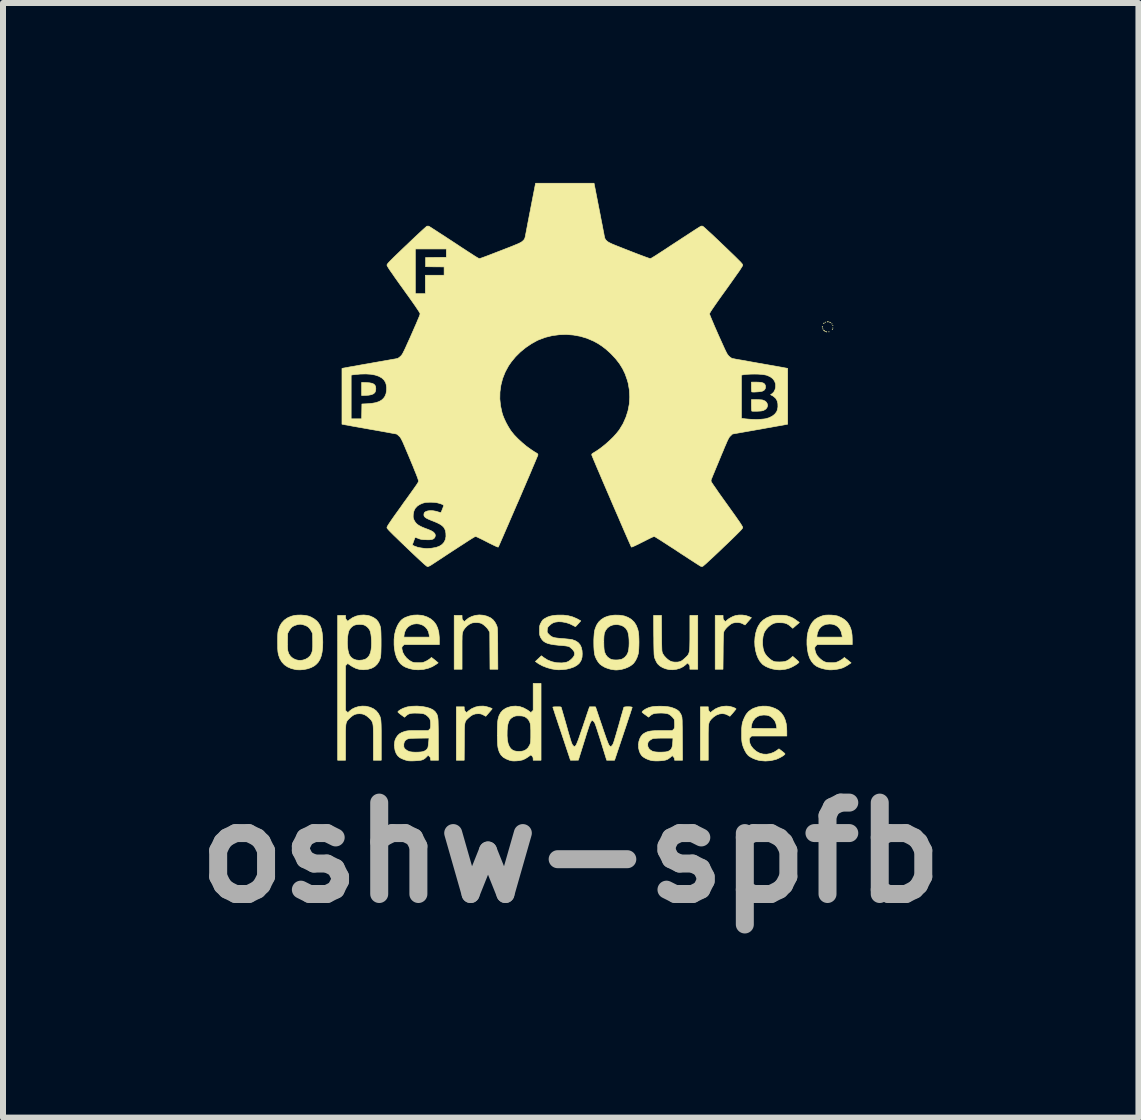
<source format=kicad_pcb>
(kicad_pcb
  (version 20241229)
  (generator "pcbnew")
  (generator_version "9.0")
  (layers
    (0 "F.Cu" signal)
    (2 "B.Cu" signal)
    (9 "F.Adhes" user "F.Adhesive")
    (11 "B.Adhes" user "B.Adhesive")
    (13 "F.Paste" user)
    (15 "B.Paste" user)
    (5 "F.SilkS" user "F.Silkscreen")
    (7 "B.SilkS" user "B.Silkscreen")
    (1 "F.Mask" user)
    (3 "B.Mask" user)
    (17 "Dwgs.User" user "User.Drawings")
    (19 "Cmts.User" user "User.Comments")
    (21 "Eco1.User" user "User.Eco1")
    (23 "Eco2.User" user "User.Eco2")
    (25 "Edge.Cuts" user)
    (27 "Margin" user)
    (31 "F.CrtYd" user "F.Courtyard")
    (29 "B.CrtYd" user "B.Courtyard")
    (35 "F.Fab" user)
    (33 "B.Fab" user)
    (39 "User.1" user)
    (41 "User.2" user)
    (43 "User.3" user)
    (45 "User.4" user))
  (footprint "oshw-spfb"
    (layer "F.Cu")
    (at 6.466 4.817)
    (property "Reference" "oshw-spfb" (at 0 6.35 0) (layer "F.Fab") (effects (font (size 1.524 1.524) (thickness 0.3))))
    (attr through_hole)
    (fp_poly (pts (xy 4.207 -2.383) (xy 4.203 -2.38) (xy 4.199 -2.383) (xy 4.203 -2.387) (xy 4.207 -2.383)) (stroke (width 0.01) (type solid)) (fill yes) (layer "F.SilkS"))
    (fp_poly (pts (xy 4.25 -2.495) (xy 4.247 -2.491) (xy 4.243 -2.495) (xy 4.247 -2.498) (xy 4.25 -2.495)) (stroke (width 0.01) (type solid)) (fill yes) (layer "F.SilkS"))
    (fp_poly (pts (xy 4.25 -2.342) (xy 4.247 -2.338) (xy 4.243 -2.342) (xy 4.247 -2.345) (xy 4.25 -2.342)) (stroke (width 0.01) (type solid)) (fill yes) (layer "F.SilkS"))
    (fp_poly (pts (xy 4.309 -2.335) (xy 4.305 -2.331) (xy 4.301 -2.335) (xy 4.305 -2.338) (xy 4.309 -2.335)) (stroke (width 0.01) (type solid)) (fill yes) (layer "F.SilkS"))
    (fp_poly (pts (xy 4.323 -2.495) (xy 4.319 -2.491) (xy 4.316 -2.495) (xy 4.319 -2.498) (xy 4.323 -2.495)) (stroke (width 0.01) (type solid)) (fill yes) (layer "F.SilkS"))
    (fp_poly (pts (xy 4.338 -2.488) (xy 4.334 -2.484) (xy 4.33 -2.488) (xy 4.334 -2.491) (xy 4.338 -2.488)) (stroke (width 0.01) (type solid)) (fill yes) (layer "F.SilkS"))
    (fp_poly (pts (xy 4.359 -2.467) (xy 4.356 -2.463) (xy 4.352 -2.467) (xy 4.356 -2.47) (xy 4.359 -2.467)) (stroke (width 0.01) (type solid)) (fill yes) (layer "F.SilkS"))
    (fp_poly (pts (xy 4.367 -2.376) (xy 4.363 -2.373) (xy 4.359 -2.376) (xy 4.363 -2.38) (xy 4.367 -2.376)) (stroke (width 0.01) (type solid)) (fill yes) (layer "F.SilkS"))
    (fp_poly (pts (xy 4.374 -2.439) (xy 4.37 -2.436) (xy 4.367 -2.439) (xy 4.37 -2.443) (xy 4.374 -2.439)) (stroke (width 0.01) (type solid)) (fill yes) (layer "F.SilkS"))
    (fp_poly (pts (xy 4.374 -2.397) (xy 4.37 -2.394) (xy 4.367 -2.397) (xy 4.37 -2.401) (xy 4.374 -2.397)) (stroke (width 0.01) (type solid)) (fill yes) (layer "F.SilkS"))
    (fp_poly (pts (xy 4.197 -2.423) (xy 4.198 -2.412) (xy 4.196 -2.41) (xy 4.193 -2.412) (xy 4.193 -2.419) (xy 4.194 -2.426) (xy 4.197 -2.423)) (stroke (width 0.01) (type solid)) (fill yes) (layer "F.SilkS"))
    (fp_poly (pts (xy 4.27 -2.336) (xy 4.269 -2.332) (xy 4.265 -2.331) (xy 4.259 -2.334) (xy 4.26 -2.336) (xy 4.269 -2.337) (xy 4.27 -2.336)) (stroke (width 0.01) (type solid)) (fill yes) (layer "F.SilkS"))
    (fp_poly (pts (xy 4.296 -2.503) (xy 4.297 -2.5) (xy 4.287 -2.499) (xy 4.276 -2.5) (xy 4.278 -2.503) (xy 4.293 -2.504) (xy 4.296 -2.503)) (stroke (width 0.01) (type solid)) (fill yes) (layer "F.SilkS"))
    (fp_poly (pts (xy 4.218 -2.364) (xy 4.223 -2.36) (xy 4.234 -2.35) (xy 4.234 -2.345) (xy 4.233 -2.345) (xy 4.227 -2.35) (xy 4.22 -2.357) (xy 4.214 -2.366) (xy 4.218 -2.364)) (stroke (width 0.01) (type solid)) (fill yes) (layer "F.SilkS"))
    (fp_poly (pts (xy 4.226 -2.48) (xy 4.225 -2.477) (xy 4.218 -2.471) (xy 4.217 -2.47) (xy 4.216 -2.475) (xy 4.218 -2.477) (xy 4.224 -2.484) (xy 4.226 -2.484) (xy 4.226 -2.48)) (stroke (width 0.01) (type solid)) (fill yes) (layer "F.SilkS"))
    (fp_poly (pts (xy -3.408 -1.488) (xy -3.354 -1.484) (xy -3.313 -1.476) (xy -3.284 -1.463) (xy -3.264 -1.444) (xy -3.253 -1.418) (xy -3.25 -1.384) (xy -3.25 -1.384) (xy -3.254 -1.349) (xy -3.266 -1.321) (xy -3.289 -1.301) (xy -3.322 -1.287) (xy -3.367 -1.278) (xy -3.411 -1.275) (xy -3.486 -1.272) (xy -3.486 -1.491) (xy -3.408 -1.488)) (stroke (width 0.01) (type solid)) (fill yes) (layer "F.SilkS"))
    (fp_poly (pts (xy 3.088 -1.496) (xy 3.142 -1.494) (xy 3.184 -1.489) (xy 3.214 -1.479) (xy 3.234 -1.463) (xy 3.245 -1.442) (xy 3.248 -1.416) (xy 3.243 -1.386) (xy 3.227 -1.363) (xy 3.199 -1.346) (xy 3.198 -1.346) (xy 3.182 -1.342) (xy 3.157 -1.338) (xy 3.126 -1.334) (xy 3.094 -1.332) (xy 3.064 -1.33) (xy 3.039 -1.33) (xy 3.022 -1.332) (xy 3.019 -1.333) (xy 3.016 -1.342) (xy 3.015 -1.361) (xy 3.013 -1.389) (xy 3.013 -1.417) (xy 3.013 -1.496) (xy 3.088 -1.496)) (stroke (width 0.01) (type solid)) (fill yes) (layer "F.SilkS"))
    (fp_poly (pts (xy 3.095 -1.204) (xy 3.131 -1.203) (xy 3.165 -1.201) (xy 3.192 -1.199) (xy 3.204 -1.196) (xy 3.239 -1.181) (xy 3.264 -1.159) (xy 3.278 -1.132) (xy 3.282 -1.103) (xy 3.274 -1.075) (xy 3.256 -1.049) (xy 3.225 -1.029) (xy 3.207 -1.021) (xy 3.186 -1.016) (xy 3.159 -1.013) (xy 3.123 -1.011) (xy 3.108 -1.01) (xy 3.074 -1.01) (xy 3.046 -1.01) (xy 3.026 -1.011) (xy 3.019 -1.013) (xy 3.017 -1.022) (xy 3.015 -1.041) (xy 3.014 -1.069) (xy 3.013 -1.103) (xy 3.013 -1.111) (xy 3.013 -1.204) (xy 3.095 -1.204)) (stroke (width 0.01) (type solid)) (fill yes) (layer "F.SilkS"))
    (fp_poly (pts (xy 2.636 3.909) (xy 2.666 3.915) (xy 2.696 3.923) (xy 2.723 3.933) (xy 2.743 3.942) (xy 2.755 3.951) (xy 2.757 3.954) (xy 2.751 3.962) (xy 2.738 3.978) (xy 2.72 4) (xy 2.704 4.019) (xy 2.654 4.076) (xy 2.626 4.06) (xy 2.579 4.039) (xy 2.53 4.031) (xy 2.48 4.037) (xy 2.431 4.055) (xy 2.384 4.086) (xy 2.358 4.11) (xy 2.343 4.125) (xy 2.331 4.139) (xy 2.321 4.153) (xy 2.312 4.168) (xy 2.306 4.186) (xy 2.301 4.207) (xy 2.298 4.234) (xy 2.295 4.268) (xy 2.294 4.309) (xy 2.293 4.36) (xy 2.293 4.422) (xy 2.293 4.496) (xy 2.293 4.518) (xy 2.293 4.809) (xy 2.162 4.809) (xy 2.162 3.918) (xy 2.293 3.918) (xy 2.293 3.947) (xy 2.296 3.972) (xy 2.308 3.991) (xy 2.312 3.996) (xy 2.331 4.015) (xy 2.363 3.987) (xy 2.412 3.953) (xy 2.469 3.927) (xy 2.531 3.911) (xy 2.593 3.906) (xy 2.636 3.909)) (stroke (width 0.01) (type solid)) (fill yes) (layer "F.SilkS"))
    (fp_poly (pts (xy -1.429 3.91) (xy -1.402 3.916) (xy -1.374 3.924) (xy -1.347 3.933) (xy -1.325 3.941) (xy -1.312 3.948) (xy -1.31 3.951) (xy -1.314 3.957) (xy -1.326 3.972) (xy -1.344 3.993) (xy -1.363 4.015) (xy -1.416 4.076) (xy -1.455 4.055) (xy -1.482 4.042) (xy -1.506 4.035) (xy -1.536 4.033) (xy -1.542 4.033) (xy -1.588 4.036) (xy -1.628 4.048) (xy -1.665 4.07) (xy -1.698 4.098) (xy -1.715 4.113) (xy -1.729 4.127) (xy -1.741 4.139) (xy -1.75 4.152) (xy -1.757 4.167) (xy -1.763 4.186) (xy -1.767 4.209) (xy -1.77 4.237) (xy -1.772 4.274) (xy -1.773 4.319) (xy -1.773 4.374) (xy -1.774 4.441) (xy -1.774 4.501) (xy -1.776 4.809) (xy -1.907 4.809) (xy -1.907 3.918) (xy -1.776 3.918) (xy -1.776 3.947) (xy -1.772 3.972) (xy -1.76 3.992) (xy -1.757 3.995) (xy -1.737 4.015) (xy -1.702 3.984) (xy -1.649 3.948) (xy -1.589 3.922) (xy -1.525 3.908) (xy -1.459 3.906) (xy -1.429 3.91)) (stroke (width 0.01) (type solid)) (fill yes) (layer "F.SilkS"))
    (fp_poly (pts (xy 2.919 2.396) (xy 2.967 2.412) (xy 3.013 2.432) (xy 2.961 2.491) (xy 2.94 2.515) (xy 2.923 2.535) (xy 2.911 2.548) (xy 2.907 2.553) (xy 2.901 2.551) (xy 2.886 2.543) (xy 2.874 2.536) (xy 2.837 2.52) (xy 2.794 2.513) (xy 2.747 2.513) (xy 2.703 2.522) (xy 2.7 2.523) (xy 2.672 2.537) (xy 2.642 2.56) (xy 2.611 2.588) (xy 2.583 2.618) (xy 2.563 2.646) (xy 2.555 2.662) (xy 2.552 2.671) (xy 2.55 2.686) (xy 2.548 2.706) (xy 2.546 2.734) (xy 2.545 2.77) (xy 2.544 2.815) (xy 2.543 2.872) (xy 2.542 2.94) (xy 2.542 2.991) (xy 2.539 3.292) (xy 2.409 3.292) (xy 2.409 2.394) (xy 2.54 2.394) (xy 2.54 2.427) (xy 2.542 2.451) (xy 2.549 2.467) (xy 2.56 2.48) (xy 2.581 2.498) (xy 2.599 2.48) (xy 2.628 2.455) (xy 2.666 2.432) (xy 2.707 2.411) (xy 2.747 2.397) (xy 2.747 2.397) (xy 2.803 2.388) (xy 2.862 2.388) (xy 2.919 2.396)) (stroke (width 0.01) (type solid)) (fill yes) (layer "F.SilkS"))
    (fp_poly (pts (xy -1.461 2.391) (xy -1.399 2.406) (xy -1.341 2.432) (xy -1.33 2.439) (xy -1.294 2.468) (xy -1.264 2.506) (xy -1.238 2.554) (xy -1.236 2.56) (xy -1.232 2.569) (xy -1.229 2.578) (xy -1.226 2.588) (xy -1.224 2.601) (xy -1.222 2.617) (xy -1.221 2.638) (xy -1.22 2.665) (xy -1.219 2.7) (xy -1.218 2.744) (xy -1.218 2.797) (xy -1.217 2.862) (xy -1.217 2.94) (xy -1.217 2.945) (xy -1.215 3.292) (xy -1.346 3.292) (xy -1.348 2.984) (xy -1.35 2.676) (xy -1.369 2.641) (xy -1.39 2.61) (xy -1.42 2.579) (xy -1.452 2.551) (xy -1.483 2.53) (xy -1.485 2.529) (xy -1.516 2.519) (xy -1.555 2.514) (xy -1.597 2.514) (xy -1.636 2.518) (xy -1.652 2.523) (xy -1.688 2.54) (xy -1.725 2.567) (xy -1.758 2.6) (xy -1.785 2.636) (xy -1.797 2.66) (xy -1.8 2.671) (xy -1.803 2.681) (xy -1.806 2.693) (xy -1.808 2.707) (xy -1.81 2.726) (xy -1.811 2.75) (xy -1.811 2.782) (xy -1.812 2.822) (xy -1.812 2.872) (xy -1.812 2.933) (xy -1.812 2.996) (xy -1.812 3.292) (xy -1.943 3.292) (xy -1.943 2.394) (xy -1.812 2.394) (xy -1.812 2.427) (xy -1.81 2.451) (xy -1.804 2.467) (xy -1.792 2.48) (xy -1.771 2.498) (xy -1.75 2.476) (xy -1.703 2.438) (xy -1.648 2.411) (xy -1.588 2.393) (xy -1.525 2.386) (xy -1.461 2.391)) (stroke (width 0.01) (type solid)) (fill yes) (layer "F.SilkS"))
    (fp_poly (pts (xy 1.515 2.695) (xy 1.516 2.767) (xy 1.516 2.827) (xy 1.517 2.876) (xy 1.518 2.915) (xy 1.519 2.946) (xy 1.52 2.97) (xy 1.521 2.987) (xy 1.524 3.001) (xy 1.526 3.011) (xy 1.529 3.02) (xy 1.533 3.029) (xy 1.534 3.031) (xy 1.555 3.064) (xy 1.586 3.099) (xy 1.62 3.13) (xy 1.655 3.153) (xy 1.663 3.157) (xy 1.698 3.169) (xy 1.736 3.173) (xy 1.746 3.173) (xy 1.785 3.172) (xy 1.816 3.166) (xy 1.844 3.155) (xy 1.871 3.136) (xy 1.903 3.108) (xy 1.907 3.104) (xy 1.925 3.087) (xy 1.94 3.072) (xy 1.953 3.057) (xy 1.963 3.041) (xy 1.97 3.024) (xy 1.976 3.002) (xy 1.981 2.976) (xy 1.984 2.943) (xy 1.985 2.903) (xy 1.986 2.853) (xy 1.987 2.793) (xy 1.987 2.721) (xy 1.987 2.68) (xy 1.987 2.394) (xy 2.118 2.394) (xy 2.118 3.292) (xy 1.987 3.292) (xy 1.987 3.258) (xy 1.985 3.235) (xy 1.978 3.219) (xy 1.966 3.206) (xy 1.946 3.187) (xy 1.917 3.216) (xy 1.874 3.249) (xy 1.822 3.275) (xy 1.763 3.292) (xy 1.702 3.3) (xy 1.644 3.298) (xy 1.586 3.285) (xy 1.532 3.264) (xy 1.486 3.236) (xy 1.45 3.202) (xy 1.44 3.188) (xy 1.426 3.163) (xy 1.412 3.133) (xy 1.403 3.111) (xy 1.399 3.1) (xy 1.396 3.089) (xy 1.394 3.076) (xy 1.392 3.062) (xy 1.39 3.043) (xy 1.389 3.018) (xy 1.388 2.987) (xy 1.387 2.948) (xy 1.386 2.9) (xy 1.385 2.841) (xy 1.385 2.771) (xy 1.384 2.73) (xy 1.382 2.394) (xy 1.513 2.394) (xy 1.515 2.695)) (stroke (width 0.01) (type solid)) (fill yes) (layer "F.SilkS"))
    (fp_poly (pts (xy -2.483 2.393) (xy -2.463 2.397) (xy -2.394 2.42) (xy -2.335 2.452) (xy -2.286 2.493) (xy -2.247 2.544) (xy -2.219 2.604) (xy -2.2 2.674) (xy -2.192 2.755) (xy -2.191 2.792) (xy -2.191 2.881) (xy -2.777 2.881) (xy -2.798 2.901) (xy -2.81 2.914) (xy -2.815 2.926) (xy -2.815 2.942) (xy -2.813 2.96) (xy -2.8 3.011) (xy -2.774 3.059) (xy -2.738 3.104) (xy -2.694 3.142) (xy -2.652 3.167) (xy -2.632 3.175) (xy -2.613 3.18) (xy -2.589 3.182) (xy -2.556 3.183) (xy -2.544 3.183) (xy -2.509 3.183) (xy -2.483 3.182) (xy -2.463 3.178) (xy -2.443 3.171) (xy -2.423 3.162) (xy -2.394 3.148) (xy -2.367 3.131) (xy -2.349 3.118) (xy -2.322 3.095) (xy -2.298 3.113) (xy -2.279 3.128) (xy -2.255 3.147) (xy -2.242 3.158) (xy -2.21 3.185) (xy -2.245 3.21) (xy -2.309 3.249) (xy -2.381 3.277) (xy -2.458 3.295) (xy -2.538 3.301) (xy -2.609 3.298) (xy -2.686 3.282) (xy -2.755 3.257) (xy -2.793 3.236) (xy -2.837 3.201) (xy -2.874 3.153) (xy -2.904 3.095) (xy -2.926 3.025) (xy -2.94 2.944) (xy -2.945 2.884) (xy -2.945 2.794) (xy -2.941 2.756) (xy -2.782 2.756) (xy -2.356 2.756) (xy -2.36 2.718) (xy -2.372 2.665) (xy -2.396 2.62) (xy -2.43 2.582) (xy -2.472 2.555) (xy -2.522 2.538) (xy -2.569 2.533) (xy -2.624 2.539) (xy -2.673 2.558) (xy -2.714 2.587) (xy -2.746 2.625) (xy -2.768 2.672) (xy -2.778 2.717) (xy -2.782 2.756) (xy -2.941 2.756) (xy -2.936 2.71) (xy -2.917 2.634) (xy -2.89 2.566) (xy -2.866 2.525) (xy -2.841 2.49) (xy -2.816 2.465) (xy -2.789 2.445) (xy -2.758 2.428) (xy -2.694 2.405) (xy -2.624 2.39) (xy -2.552 2.387) (xy -2.483 2.393)) (stroke (width 0.01) (type solid)) (fill yes) (layer "F.SilkS"))
    (fp_poly (pts (xy -0.495 4.809) (xy -0.626 4.809) (xy -0.626 4.783) (xy -0.631 4.756) (xy -0.645 4.738) (xy -0.664 4.72) (xy -0.71 4.753) (xy -0.757 4.783) (xy -0.804 4.804) (xy -0.856 4.815) (xy -0.91 4.82) (xy -0.95 4.821) (xy -0.98 4.819) (xy -1.007 4.813) (xy -1.019 4.81) (xy -1.079 4.786) (xy -1.126 4.758) (xy -1.162 4.722) (xy -1.189 4.678) (xy -1.207 4.623) (xy -1.213 4.597) (xy -1.217 4.567) (xy -1.22 4.525) (xy -1.222 4.476) (xy -1.223 4.421) (xy -1.223 4.401) (xy -1.061 4.401) (xy -1.056 4.472) (xy -1.044 4.53) (xy -1.025 4.578) (xy -1 4.614) (xy -0.968 4.64) (xy -0.942 4.652) (xy -0.908 4.659) (xy -0.867 4.662) (xy -0.825 4.66) (xy -0.788 4.653) (xy -0.783 4.651) (xy -0.743 4.631) (xy -0.71 4.599) (xy -0.685 4.557) (xy -0.683 4.552) (xy -0.677 4.538) (xy -0.673 4.524) (xy -0.67 4.509) (xy -0.668 4.489) (xy -0.667 4.462) (xy -0.666 4.427) (xy -0.666 4.381) (xy -0.666 4.367) (xy -0.666 4.309) (xy -0.668 4.262) (xy -0.671 4.226) (xy -0.675 4.197) (xy -0.683 4.174) (xy -0.692 4.154) (xy -0.705 4.135) (xy -0.714 4.124) (xy -0.742 4.098) (xy -0.773 4.08) (xy -0.81 4.071) (xy -0.858 4.068) (xy -0.859 4.068) (xy -0.894 4.068) (xy -0.919 4.071) (xy -0.941 4.078) (xy -0.956 4.084) (xy -0.988 4.104) (xy -1.014 4.129) (xy -1.033 4.163) (xy -1.047 4.206) (xy -1.056 4.259) (xy -1.06 4.318) (xy -1.061 4.401) (xy -1.223 4.401) (xy -1.224 4.363) (xy -1.223 4.306) (xy -1.222 4.251) (xy -1.22 4.201) (xy -1.217 4.16) (xy -1.213 4.13) (xy -1.213 4.129) (xy -1.196 4.068) (xy -1.169 4.017) (xy -1.133 3.976) (xy -1.086 3.944) (xy -1.051 3.929) (xy -0.984 3.91) (xy -0.917 3.906) (xy -0.85 3.914) (xy -0.784 3.937) (xy -0.721 3.972) (xy -0.701 3.986) (xy -0.664 4.014) (xy -0.626 3.976) (xy -0.626 3.528) (xy -0.495 3.528) (xy -0.495 4.809)) (stroke (width 0.01) (type solid)) (fill yes) (layer "F.SilkS"))
    (fp_poly (pts (xy 4.347 2.389) (xy 4.397 2.394) (xy 4.441 2.402) (xy 4.458 2.407) (xy 4.512 2.431) (xy 4.562 2.462) (xy 4.603 2.498) (xy 4.621 2.521) (xy 4.649 2.566) (xy 4.669 2.613) (xy 4.683 2.664) (xy 4.691 2.723) (xy 4.694 2.793) (xy 4.694 2.803) (xy 4.694 2.881) (xy 4.109 2.881) (xy 4.089 2.9) (xy 4.075 2.916) (xy 4.069 2.935) (xy 4.07 2.96) (xy 4.078 2.994) (xy 4.079 2.997) (xy 4.091 3.032) (xy 4.108 3.062) (xy 4.133 3.092) (xy 4.159 3.117) (xy 4.194 3.146) (xy 4.226 3.165) (xy 4.261 3.177) (xy 4.301 3.182) (xy 4.341 3.183) (xy 4.377 3.183) (xy 4.402 3.181) (xy 4.423 3.177) (xy 4.444 3.17) (xy 4.462 3.162) (xy 4.49 3.148) (xy 4.518 3.131) (xy 4.536 3.118) (xy 4.563 3.095) (xy 4.594 3.12) (xy 4.618 3.138) (xy 4.641 3.157) (xy 4.65 3.165) (xy 4.675 3.185) (xy 4.622 3.221) (xy 4.592 3.239) (xy 4.561 3.256) (xy 4.535 3.268) (xy 4.53 3.27) (xy 4.494 3.281) (xy 4.45 3.29) (xy 4.404 3.297) (xy 4.359 3.301) (xy 4.32 3.302) (xy 4.305 3.301) (xy 4.226 3.288) (xy 4.159 3.269) (xy 4.104 3.245) (xy 4.059 3.213) (xy 4.052 3.206) (xy 4.014 3.16) (xy 3.983 3.103) (xy 3.96 3.034) (xy 3.946 2.955) (xy 3.939 2.88) (xy 3.939 2.803) (xy 3.944 2.737) (xy 4.105 2.737) (xy 4.105 2.756) (xy 4.529 2.756) (xy 4.523 2.723) (xy 4.509 2.665) (xy 4.485 2.618) (xy 4.452 2.581) (xy 4.41 2.555) (xy 4.359 2.54) (xy 4.316 2.537) (xy 4.259 2.543) (xy 4.21 2.56) (xy 4.17 2.589) (xy 4.138 2.628) (xy 4.117 2.677) (xy 4.116 2.68) (xy 4.11 2.705) (xy 4.106 2.727) (xy 4.105 2.737) (xy 3.944 2.737) (xy 3.944 2.736) (xy 3.955 2.675) (xy 3.97 2.624) (xy 3.997 2.56) (xy 4.029 2.509) (xy 4.067 2.467) (xy 4.114 2.435) (xy 4.171 2.41) (xy 4.21 2.397) (xy 4.248 2.39) (xy 4.296 2.388) (xy 4.347 2.389)) (stroke (width 0.01) (type solid)) (fill yes) (layer "F.SilkS"))
    (fp_poly (pts (xy 0.82 2.391) (xy 0.892 2.403) (xy 0.956 2.427) (xy 1.011 2.461) (xy 1.057 2.505) (xy 1.092 2.559) (xy 1.117 2.623) (xy 1.125 2.655) (xy 1.131 2.69) (xy 1.135 2.735) (xy 1.137 2.786) (xy 1.138 2.841) (xy 1.137 2.895) (xy 1.135 2.947) (xy 1.132 2.992) (xy 1.127 3.027) (xy 1.126 3.034) (xy 1.107 3.093) (xy 1.081 3.147) (xy 1.049 3.192) (xy 1.038 3.203) (xy 1.001 3.232) (xy 0.954 3.258) (xy 0.902 3.279) (xy 0.847 3.294) (xy 0.84 3.295) (xy 0.8 3.301) (xy 0.767 3.304) (xy 0.735 3.303) (xy 0.699 3.298) (xy 0.677 3.295) (xy 0.625 3.281) (xy 0.572 3.261) (xy 0.524 3.234) (xy 0.486 3.205) (xy 0.485 3.204) (xy 0.456 3.169) (xy 0.429 3.125) (xy 0.408 3.077) (xy 0.4 3.051) (xy 0.394 3.015) (xy 0.389 2.969) (xy 0.386 2.916) (xy 0.385 2.859) (xy 0.385 2.826) (xy 0.551 2.826) (xy 0.552 2.872) (xy 0.553 2.917) (xy 0.556 2.956) (xy 0.56 2.987) (xy 0.563 3.001) (xy 0.584 3.05) (xy 0.614 3.088) (xy 0.654 3.117) (xy 0.682 3.129) (xy 0.712 3.135) (xy 0.749 3.137) (xy 0.789 3.136) (xy 0.827 3.13) (xy 0.857 3.122) (xy 0.862 3.119) (xy 0.902 3.093) (xy 0.933 3.056) (xy 0.946 3.034) (xy 0.958 3.003) (xy 0.967 2.961) (xy 0.972 2.911) (xy 0.974 2.858) (xy 0.973 2.803) (xy 0.969 2.75) (xy 0.961 2.703) (xy 0.951 2.664) (xy 0.946 2.653) (xy 0.92 2.612) (xy 0.884 2.58) (xy 0.839 2.559) (xy 0.785 2.548) (xy 0.757 2.547) (xy 0.703 2.553) (xy 0.654 2.572) (xy 0.614 2.601) (xy 0.582 2.642) (xy 0.562 2.685) (xy 0.558 2.708) (xy 0.554 2.741) (xy 0.552 2.781) (xy 0.551 2.826) (xy 0.385 2.826) (xy 0.385 2.8) (xy 0.388 2.744) (xy 0.392 2.693) (xy 0.398 2.651) (xy 0.405 2.624) (xy 0.43 2.559) (xy 0.465 2.505) (xy 0.51 2.462) (xy 0.564 2.428) (xy 0.628 2.405) (xy 0.702 2.392) (xy 0.739 2.389) (xy 0.82 2.391)) (stroke (width 0.01) (type solid)) (fill yes) (layer "F.SilkS"))
    (fp_poly (pts (xy 3.486 2.391) (xy 3.527 2.391) (xy 3.558 2.392) (xy 3.581 2.395) (xy 3.602 2.399) (xy 3.623 2.405) (xy 3.639 2.411) (xy 3.671 2.423) (xy 3.696 2.434) (xy 3.718 2.446) (xy 3.742 2.462) (xy 3.771 2.483) (xy 3.813 2.513) (xy 3.757 2.561) (xy 3.702 2.609) (xy 3.667 2.578) (xy 3.633 2.551) (xy 3.601 2.533) (xy 3.568 2.522) (xy 3.529 2.517) (xy 3.486 2.516) (xy 3.45 2.516) (xy 3.424 2.518) (xy 3.405 2.521) (xy 3.386 2.527) (xy 3.368 2.535) (xy 3.33 2.558) (xy 3.292 2.59) (xy 3.259 2.627) (xy 3.233 2.665) (xy 3.224 2.684) (xy 3.207 2.743) (xy 3.199 2.81) (xy 3.199 2.879) (xy 3.208 2.945) (xy 3.225 3.003) (xy 3.244 3.038) (xy 3.272 3.075) (xy 3.307 3.109) (xy 3.344 3.138) (xy 3.366 3.151) (xy 3.384 3.16) (xy 3.4 3.165) (xy 3.419 3.168) (xy 3.445 3.169) (xy 3.481 3.17) (xy 3.482 3.17) (xy 3.531 3.168) (xy 3.569 3.163) (xy 3.601 3.152) (xy 3.632 3.135) (xy 3.665 3.109) (xy 3.667 3.107) (xy 3.702 3.077) (xy 3.754 3.122) (xy 3.776 3.142) (xy 3.794 3.159) (xy 3.805 3.171) (xy 3.806 3.174) (xy 3.8 3.183) (xy 3.784 3.196) (xy 3.761 3.213) (xy 3.733 3.23) (xy 3.703 3.247) (xy 3.674 3.261) (xy 3.653 3.27) (xy 3.627 3.279) (xy 3.603 3.286) (xy 3.577 3.292) (xy 3.545 3.296) (xy 3.503 3.301) (xy 3.497 3.301) (xy 3.478 3.302) (xy 3.452 3.3) (xy 3.426 3.298) (xy 3.365 3.287) (xy 3.306 3.269) (xy 3.252 3.245) (xy 3.208 3.217) (xy 3.196 3.207) (xy 3.157 3.163) (xy 3.125 3.109) (xy 3.1 3.047) (xy 3.082 2.978) (xy 3.071 2.906) (xy 3.068 2.831) (xy 3.073 2.756) (xy 3.086 2.684) (xy 3.107 2.616) (xy 3.128 2.571) (xy 3.164 2.516) (xy 3.21 2.471) (xy 3.266 2.435) (xy 3.334 2.407) (xy 3.334 2.407) (xy 3.359 2.4) (xy 3.382 2.395) (xy 3.407 2.392) (xy 3.438 2.391) (xy 3.479 2.391) (xy 3.486 2.391)) (stroke (width 0.01) (type solid)) (fill yes) (layer "F.SilkS"))
    (fp_poly (pts (xy -4.483 2.389) (xy -4.425 2.394) (xy -4.377 2.404) (xy -4.332 2.421) (xy -4.286 2.447) (xy -4.278 2.452) (xy -4.238 2.483) (xy -4.205 2.52) (xy -4.178 2.565) (xy -4.159 2.617) (xy -4.145 2.68) (xy -4.137 2.753) (xy -4.134 2.838) (xy -4.134 2.844) (xy -4.137 2.932) (xy -4.146 3.009) (xy -4.161 3.074) (xy -4.183 3.13) (xy -4.212 3.177) (xy -4.249 3.215) (xy -4.281 3.239) (xy -4.329 3.264) (xy -4.387 3.284) (xy -4.45 3.297) (xy -4.512 3.302) (xy -4.571 3.3) (xy -4.583 3.298) (xy -4.658 3.28) (xy -4.721 3.253) (xy -4.774 3.217) (xy -4.817 3.17) (xy -4.85 3.114) (xy -4.87 3.058) (xy -4.875 3.038) (xy -4.879 3.019) (xy -4.882 2.999) (xy -4.884 2.974) (xy -4.886 2.942) (xy -4.886 2.902) (xy -4.886 2.874) (xy -4.723 2.874) (xy -4.722 2.919) (xy -4.72 2.956) (xy -4.717 2.982) (xy -4.716 2.988) (xy -4.699 3.037) (xy -4.67 3.078) (xy -4.631 3.111) (xy -4.583 3.133) (xy -4.572 3.136) (xy -4.537 3.143) (xy -4.507 3.144) (xy -4.473 3.14) (xy -4.462 3.138) (xy -4.418 3.123) (xy -4.379 3.1) (xy -4.347 3.07) (xy -4.34 3.061) (xy -4.327 3.038) (xy -4.317 3.014) (xy -4.309 2.987) (xy -4.305 2.955) (xy -4.302 2.915) (xy -4.302 2.866) (xy -4.302 2.825) (xy -4.305 2.695) (xy -4.33 2.647) (xy -4.355 2.61) (xy -4.383 2.583) (xy -4.42 2.563) (xy -4.465 2.549) (xy -4.492 2.543) (xy -4.513 2.541) (xy -4.533 2.544) (xy -4.56 2.549) (xy -4.607 2.564) (xy -4.643 2.584) (xy -4.671 2.612) (xy -4.694 2.647) (xy -4.72 2.695) (xy -4.722 2.823) (xy -4.723 2.874) (xy -4.886 2.874) (xy -4.887 2.851) (xy -4.887 2.843) (xy -4.887 2.788) (xy -4.886 2.745) (xy -4.885 2.711) (xy -4.883 2.685) (xy -4.88 2.664) (xy -4.877 2.646) (xy -4.874 2.637) (xy -4.85 2.571) (xy -4.817 2.517) (xy -4.775 2.472) (xy -4.723 2.436) (xy -4.7 2.425) (xy -4.652 2.406) (xy -4.605 2.394) (xy -4.554 2.389) (xy -4.495 2.388) (xy -4.483 2.389)) (stroke (width 0.01) (type solid)) (fill yes) (layer "F.SilkS"))
    (fp_poly (pts (xy 3.27 3.908) (xy 3.345 3.923) (xy 3.41 3.947) (xy 3.466 3.979) (xy 3.511 4.021) (xy 3.547 4.072) (xy 3.554 4.085) (xy 3.577 4.14) (xy 3.593 4.2) (xy 3.601 4.269) (xy 3.603 4.326) (xy 3.603 4.405) (xy 3.016 4.405) (xy 2.995 4.426) (xy 2.983 4.439) (xy 2.978 4.451) (xy 2.977 4.469) (xy 2.979 4.484) (xy 2.988 4.529) (xy 3.007 4.57) (xy 3.038 4.61) (xy 3.049 4.622) (xy 3.096 4.662) (xy 3.149 4.69) (xy 3.206 4.706) (xy 3.265 4.709) (xy 3.325 4.699) (xy 3.385 4.677) (xy 3.442 4.642) (xy 3.444 4.64) (xy 3.472 4.619) (xy 3.495 4.637) (xy 3.515 4.652) (xy 3.539 4.671) (xy 3.548 4.678) (xy 3.565 4.693) (xy 3.572 4.702) (xy 3.571 4.709) (xy 3.563 4.717) (xy 3.546 4.731) (xy 3.52 4.748) (xy 3.489 4.765) (xy 3.456 4.781) (xy 3.427 4.793) (xy 3.416 4.797) (xy 3.332 4.816) (xy 3.245 4.822) (xy 3.158 4.815) (xy 3.141 4.812) (xy 3.094 4.799) (xy 3.046 4.781) (xy 3.003 4.759) (xy 2.968 4.736) (xy 2.957 4.726) (xy 2.928 4.691) (xy 2.902 4.645) (xy 2.878 4.592) (xy 2.866 4.554) (xy 2.86 4.532) (xy 2.856 4.511) (xy 2.853 4.487) (xy 2.851 4.459) (xy 2.85 4.422) (xy 2.85 4.375) (xy 2.85 4.367) (xy 2.85 4.312) (xy 2.851 4.268) (xy 2.852 4.263) (xy 3.009 4.263) (xy 3.01 4.274) (xy 3.011 4.275) (xy 3.018 4.276) (xy 3.039 4.277) (xy 3.07 4.278) (xy 3.111 4.279) (xy 3.158 4.279) (xy 3.211 4.28) (xy 3.226 4.28) (xy 3.437 4.28) (xy 3.432 4.247) (xy 3.422 4.198) (xy 3.406 4.158) (xy 3.381 4.124) (xy 3.366 4.108) (xy 3.336 4.083) (xy 3.305 4.067) (xy 3.27 4.058) (xy 3.226 4.055) (xy 3.215 4.055) (xy 3.161 4.061) (xy 3.113 4.08) (xy 3.073 4.11) (xy 3.042 4.151) (xy 3.031 4.173) (xy 3.023 4.193) (xy 3.017 4.218) (xy 3.012 4.243) (xy 3.009 4.263) (xy 2.852 4.263) (xy 2.855 4.231) (xy 2.86 4.199) (xy 2.868 4.168) (xy 2.88 4.136) (xy 2.896 4.099) (xy 2.897 4.096) (xy 2.927 4.041) (xy 2.966 3.996) (xy 3.014 3.961) (xy 3.048 3.943) (xy 3.12 3.919) (xy 3.195 3.907) (xy 3.27 3.908)) (stroke (width 0.01) (type solid)) (fill yes) (layer "F.SilkS"))
    (fp_poly (pts (xy -0.123 2.389) (xy -0.043 2.399) (xy 0.03 2.418) (xy 0.099 2.447) (xy 0.118 2.457) (xy 0.168 2.485) (xy 0.126 2.532) (xy 0.107 2.553) (xy 0.092 2.569) (xy 0.082 2.579) (xy 0.08 2.58) (xy 0.072 2.578) (xy 0.055 2.57) (xy 0.035 2.559) (xy -0.021 2.532) (xy -0.082 2.513) (xy -0.144 2.502) (xy -0.203 2.499) (xy -0.257 2.506) (xy -0.265 2.508) (xy -0.295 2.519) (xy -0.321 2.534) (xy -0.348 2.557) (xy -0.369 2.576) (xy -0.381 2.591) (xy -0.387 2.605) (xy -0.39 2.623) (xy -0.391 2.636) (xy -0.393 2.659) (xy -0.391 2.674) (xy -0.384 2.688) (xy -0.37 2.704) (xy -0.363 2.711) (xy -0.344 2.729) (xy -0.326 2.743) (xy -0.305 2.754) (xy -0.28 2.763) (xy -0.248 2.769) (xy -0.207 2.774) (xy -0.155 2.779) (xy -0.137 2.78) (xy -0.092 2.784) (xy -0.05 2.788) (xy -0.015 2.792) (xy 0.012 2.796) (xy 0.025 2.798) (xy 0.079 2.818) (xy 0.122 2.845) (xy 0.154 2.881) (xy 0.176 2.926) (xy 0.189 2.981) (xy 0.192 3.034) (xy 0.189 3.09) (xy 0.176 3.137) (xy 0.152 3.179) (xy 0.136 3.199) (xy 0.1 3.228) (xy 0.053 3.254) (xy -0.004 3.274) (xy -0.066 3.29) (xy -0.133 3.298) (xy -0.202 3.301) (xy -0.244 3.298) (xy -0.319 3.286) (xy -0.395 3.265) (xy -0.467 3.237) (xy -0.531 3.203) (xy -0.551 3.189) (xy -0.589 3.162) (xy -0.539 3.115) (xy -0.489 3.067) (xy -0.45 3.097) (xy -0.385 3.138) (xy -0.314 3.166) (xy -0.237 3.183) (xy -0.156 3.186) (xy -0.147 3.186) (xy -0.101 3.181) (xy -0.066 3.173) (xy -0.036 3.16) (xy -0.006 3.138) (xy 0.011 3.124) (xy 0.043 3.09) (xy 0.061 3.058) (xy 0.065 3.027) (xy 0.055 2.995) (xy 0.031 2.963) (xy 0.016 2.949) (xy 0.001 2.936) (xy -0.011 2.925) (xy -0.024 2.917) (xy -0.038 2.911) (xy -0.057 2.907) (xy -0.082 2.903) (xy -0.116 2.899) (xy -0.161 2.895) (xy -0.201 2.892) (xy -0.273 2.884) (xy -0.333 2.874) (xy -0.381 2.862) (xy -0.42 2.846) (xy -0.451 2.826) (xy -0.476 2.801) (xy -0.496 2.771) (xy -0.499 2.766) (xy -0.508 2.747) (xy -0.514 2.731) (xy -0.518 2.713) (xy -0.52 2.691) (xy -0.52 2.66) (xy -0.52 2.644) (xy -0.52 2.609) (xy -0.519 2.584) (xy -0.516 2.565) (xy -0.511 2.548) (xy -0.502 2.529) (xy -0.496 2.517) (xy -0.48 2.489) (xy -0.465 2.469) (xy -0.445 2.454) (xy -0.434 2.447) (xy -0.39 2.423) (xy -0.345 2.407) (xy -0.294 2.396) (xy -0.234 2.39) (xy -0.212 2.389) (xy -0.123 2.389)) (stroke (width 0.01) (type solid)) (fill yes) (layer "F.SilkS"))
    (fp_poly (pts (xy -2.547 3.907) (xy -2.469 3.914) (xy -2.4 3.927) (xy -2.343 3.945) (xy -2.297 3.968) (xy -2.264 3.995) (xy -2.257 4.004) (xy -2.246 4.019) (xy -2.238 4.032) (xy -2.23 4.045) (xy -2.225 4.059) (xy -2.22 4.076) (xy -2.216 4.097) (xy -2.213 4.122) (xy -2.211 4.154) (xy -2.21 4.194) (xy -2.209 4.242) (xy -2.208 4.301) (xy -2.207 4.371) (xy -2.207 4.453) (xy -2.207 4.455) (xy -2.205 4.809) (xy -2.336 4.809) (xy -2.336 4.786) (xy -2.342 4.762) (xy -2.357 4.744) (xy -2.377 4.725) (xy -2.41 4.759) (xy -2.435 4.782) (xy -2.461 4.797) (xy -2.482 4.805) (xy -2.509 4.811) (xy -2.547 4.815) (xy -2.59 4.818) (xy -2.634 4.82) (xy -2.674 4.82) (xy -2.707 4.818) (xy -2.718 4.816) (xy -2.759 4.805) (xy -2.801 4.789) (xy -2.839 4.771) (xy -2.851 4.764) (xy -2.885 4.734) (xy -2.911 4.694) (xy -2.929 4.645) (xy -2.938 4.589) (xy -2.939 4.556) (xy -2.784 4.556) (xy -2.783 4.581) (xy -2.779 4.598) (xy -2.771 4.611) (xy -2.762 4.621) (xy -2.728 4.648) (xy -2.69 4.664) (xy -2.669 4.669) (xy -2.633 4.673) (xy -2.589 4.675) (xy -2.543 4.674) (xy -2.5 4.671) (xy -2.472 4.667) (xy -2.431 4.652) (xy -2.401 4.63) (xy -2.382 4.6) (xy -2.38 4.593) (xy -2.377 4.575) (xy -2.373 4.548) (xy -2.37 4.516) (xy -2.368 4.504) (xy -2.363 4.439) (xy -2.53 4.441) (xy -2.585 4.442) (xy -2.627 4.443) (xy -2.659 4.444) (xy -2.683 4.446) (xy -2.7 4.449) (xy -2.713 4.452) (xy -2.723 4.456) (xy -2.724 4.456) (xy -2.755 4.476) (xy -2.774 4.502) (xy -2.783 4.536) (xy -2.784 4.556) (xy -2.939 4.556) (xy -2.939 4.544) (xy -2.936 4.511) (xy -2.932 4.485) (xy -2.924 4.462) (xy -2.911 4.435) (xy -2.886 4.398) (xy -2.856 4.369) (xy -2.816 4.346) (xy -2.768 4.329) (xy -2.751 4.324) (xy -2.734 4.321) (xy -2.714 4.318) (xy -2.689 4.316) (xy -2.657 4.315) (xy -2.615 4.315) (xy -2.561 4.315) (xy -2.548 4.315) (xy -2.375 4.315) (xy -2.356 4.295) (xy -2.346 4.285) (xy -2.341 4.274) (xy -2.338 4.26) (xy -2.336 4.238) (xy -2.336 4.212) (xy -2.337 4.173) (xy -2.341 4.144) (xy -2.349 4.121) (xy -2.361 4.101) (xy -2.378 4.083) (xy -2.402 4.061) (xy -2.425 4.046) (xy -2.451 4.035) (xy -2.482 4.029) (xy -2.522 4.025) (xy -2.555 4.024) (xy -2.606 4.023) (xy -2.646 4.025) (xy -2.677 4.03) (xy -2.703 4.039) (xy -2.725 4.052) (xy -2.74 4.064) (xy -2.771 4.092) (xy -2.826 4.052) (xy -2.85 4.034) (xy -2.869 4.018) (xy -2.88 4.007) (xy -2.882 4.003) (xy -2.876 3.993) (xy -2.859 3.979) (xy -2.834 3.963) (xy -2.803 3.947) (xy -2.792 3.942) (xy -2.727 3.92) (xy -2.652 3.909) (xy -2.567 3.906) (xy -2.547 3.907)) (stroke (width 0.01) (type solid)) (fill yes) (layer "F.SilkS"))
    (fp_poly (pts (xy 1.492 3.908) (xy 1.557 3.91) (xy 1.611 3.915) (xy 1.658 3.923) (xy 1.701 3.936) (xy 1.744 3.953) (xy 1.781 3.974) (xy 1.809 3.998) (xy 1.831 4.032) (xy 1.844 4.058) (xy 1.847 4.067) (xy 1.85 4.076) (xy 1.853 4.086) (xy 1.855 4.099) (xy 1.856 4.115) (xy 1.858 4.137) (xy 1.859 4.165) (xy 1.859 4.201) (xy 1.86 4.246) (xy 1.861 4.301) (xy 1.861 4.367) (xy 1.862 4.445) (xy 1.862 4.452) (xy 1.864 4.809) (xy 1.732 4.809) (xy 1.732 4.79) (xy 1.727 4.771) (xy 1.713 4.752) (xy 1.713 4.752) (xy 1.693 4.732) (xy 1.659 4.763) (xy 1.618 4.792) (xy 1.586 4.805) (xy 1.551 4.812) (xy 1.508 4.817) (xy 1.459 4.82) (xy 1.411 4.82) (xy 1.368 4.817) (xy 1.342 4.813) (xy 1.298 4.8) (xy 1.255 4.782) (xy 1.217 4.76) (xy 1.19 4.738) (xy 1.188 4.737) (xy 1.16 4.697) (xy 1.142 4.651) (xy 1.131 4.601) (xy 1.13 4.549) (xy 1.131 4.541) (xy 1.283 4.541) (xy 1.286 4.579) (xy 1.301 4.612) (xy 1.33 4.64) (xy 1.336 4.643) (xy 1.359 4.657) (xy 1.386 4.666) (xy 1.419 4.671) (xy 1.46 4.674) (xy 1.513 4.674) (xy 1.515 4.674) (xy 1.555 4.672) (xy 1.584 4.67) (xy 1.606 4.666) (xy 1.624 4.66) (xy 1.633 4.656) (xy 1.658 4.641) (xy 1.676 4.621) (xy 1.689 4.593) (xy 1.697 4.556) (xy 1.701 4.509) (xy 1.705 4.44) (xy 1.553 4.44) (xy 1.503 4.44) (xy 1.458 4.441) (xy 1.42 4.443) (xy 1.391 4.445) (xy 1.373 4.447) (xy 1.373 4.447) (xy 1.351 4.457) (xy 1.326 4.472) (xy 1.315 4.481) (xy 1.297 4.499) (xy 1.288 4.515) (xy 1.284 4.537) (xy 1.283 4.541) (xy 1.131 4.541) (xy 1.136 4.498) (xy 1.151 4.451) (xy 1.173 4.409) (xy 1.203 4.375) (xy 1.222 4.362) (xy 1.246 4.348) (xy 1.271 4.337) (xy 1.297 4.329) (xy 1.326 4.323) (xy 1.362 4.319) (xy 1.405 4.316) (xy 1.459 4.315) (xy 1.52 4.315) (xy 1.693 4.315) (xy 1.713 4.295) (xy 1.722 4.285) (xy 1.727 4.275) (xy 1.731 4.261) (xy 1.732 4.241) (xy 1.732 4.21) (xy 1.732 4.208) (xy 1.731 4.177) (xy 1.729 4.149) (xy 1.726 4.13) (xy 1.724 4.124) (xy 1.715 4.112) (xy 1.699 4.093) (xy 1.682 4.076) (xy 1.658 4.055) (xy 1.633 4.04) (xy 1.604 4.031) (xy 1.567 4.025) (xy 1.52 4.022) (xy 1.495 4.022) (xy 1.444 4.024) (xy 1.403 4.028) (xy 1.372 4.037) (xy 1.346 4.051) (xy 1.325 4.067) (xy 1.299 4.091) (xy 1.247 4.053) (xy 1.223 4.036) (xy 1.204 4.021) (xy 1.192 4.011) (xy 1.19 4.009) (xy 1.192 3.999) (xy 1.205 3.985) (xy 1.227 3.969) (xy 1.256 3.951) (xy 1.258 3.951) (xy 1.294 3.934) (xy 1.332 3.922) (xy 1.374 3.914) (xy 1.424 3.91) (xy 1.485 3.908) (xy 1.492 3.908)) (stroke (width 0.01) (type solid)) (fill yes) (layer "F.SilkS"))
    (fp_poly (pts (xy 0.99 3.918) (xy 1.011 3.921) (xy 1.023 3.925) (xy 1.025 3.928) (xy 1.022 3.936) (xy 1.016 3.956) (xy 1.005 3.987) (xy 0.992 4.029) (xy 0.975 4.078) (xy 0.956 4.136) (xy 0.935 4.2) (xy 0.912 4.269) (xy 0.887 4.343) (xy 0.877 4.373) (xy 0.731 4.809) (xy 0.6 4.809) (xy 0.503 4.496) (xy 0.48 4.422) (xy 0.46 4.361) (xy 0.444 4.311) (xy 0.431 4.27) (xy 0.42 4.238) (xy 0.411 4.214) (xy 0.404 4.195) (xy 0.397 4.182) (xy 0.391 4.172) (xy 0.386 4.165) (xy 0.382 4.162) (xy 0.359 4.14) (xy 0.341 4.16) (xy 0.336 4.167) (xy 0.329 4.18) (xy 0.321 4.199) (xy 0.311 4.225) (xy 0.299 4.26) (xy 0.285 4.304) (xy 0.267 4.358) (xy 0.247 4.424) (xy 0.225 4.494) (xy 0.127 4.808) (xy -0.004 4.809) (xy -0.151 4.368) (xy -0.176 4.293) (xy -0.2 4.222) (xy -0.222 4.155) (xy -0.242 4.095) (xy -0.26 4.042) (xy -0.274 3.997) (xy -0.286 3.962) (xy -0.294 3.938) (xy -0.298 3.925) (xy -0.298 3.923) (xy -0.292 3.921) (xy -0.274 3.919) (xy -0.247 3.918) (xy -0.23 3.918) (xy -0.197 3.918) (xy -0.176 3.919) (xy -0.164 3.922) (xy -0.159 3.927) (xy -0.157 3.93) (xy -0.155 3.939) (xy -0.149 3.96) (xy -0.14 3.992) (xy -0.128 4.033) (xy -0.114 4.081) (xy -0.098 4.136) (xy -0.081 4.196) (xy -0.068 4.241) (xy -0.048 4.314) (xy -0.031 4.373) (xy -0.016 4.422) (xy -0.005 4.461) (xy 0.005 4.492) (xy 0.013 4.516) (xy 0.02 4.533) (xy 0.026 4.546) (xy 0.032 4.555) (xy 0.037 4.562) (xy 0.039 4.563) (xy 0.061 4.586) (xy 0.081 4.567) (xy 0.087 4.559) (xy 0.095 4.546) (xy 0.103 4.526) (xy 0.114 4.499) (xy 0.128 4.464) (xy 0.144 4.418) (xy 0.163 4.362) (xy 0.185 4.297) (xy 0.206 4.238) (xy 0.225 4.18) (xy 0.244 4.125) (xy 0.26 4.076) (xy 0.274 4.034) (xy 0.285 4.002) (xy 0.292 3.982) (xy 0.314 3.918) (xy 0.364 3.918) (xy 0.389 3.918) (xy 0.407 3.919) (xy 0.415 3.921) (xy 0.415 3.921) (xy 0.417 3.928) (xy 0.423 3.947) (xy 0.433 3.976) (xy 0.446 4.015) (xy 0.462 4.062) (xy 0.48 4.116) (xy 0.5 4.175) (xy 0.521 4.236) (xy 0.546 4.311) (xy 0.568 4.374) (xy 0.586 4.426) (xy 0.601 4.468) (xy 0.614 4.501) (xy 0.624 4.526) (xy 0.632 4.544) (xy 0.639 4.557) (xy 0.645 4.565) (xy 0.646 4.567) (xy 0.666 4.586) (xy 0.689 4.563) (xy 0.694 4.557) (xy 0.7 4.548) (xy 0.706 4.537) (xy 0.712 4.521) (xy 0.72 4.499) (xy 0.729 4.47) (xy 0.74 4.433) (xy 0.754 4.387) (xy 0.77 4.331) (xy 0.79 4.262) (xy 0.797 4.238) (xy 0.815 4.175) (xy 0.831 4.117) (xy 0.846 4.063) (xy 0.86 4.017) (xy 0.871 3.978) (xy 0.879 3.95) (xy 0.884 3.932) (xy 0.886 3.927) (xy 0.894 3.922) (xy 0.912 3.919) (xy 0.937 3.917) (xy 0.964 3.917) (xy 0.99 3.918)) (stroke (width 0.01) (type solid)) (fill yes) (layer "F.SilkS"))
    (fp_poly (pts (xy -3.384 2.394) (xy -3.346 2.404) (xy -3.289 2.429) (xy -3.243 2.461) (xy -3.209 2.502) (xy -3.184 2.553) (xy -3.172 2.592) (xy -3.169 2.613) (xy -3.166 2.646) (xy -3.164 2.688) (xy -3.163 2.736) (xy -3.162 2.789) (xy -3.162 2.845) (xy -3.162 2.9) (xy -3.163 2.953) (xy -3.164 3.001) (xy -3.166 3.043) (xy -3.169 3.075) (xy -3.172 3.096) (xy -3.172 3.097) (xy -3.194 3.157) (xy -3.226 3.206) (xy -3.267 3.246) (xy -3.318 3.274) (xy -3.378 3.292) (xy -3.447 3.299) (xy -3.458 3.3) (xy -3.52 3.295) (xy -3.578 3.279) (xy -3.635 3.251) (xy -3.664 3.233) (xy -3.718 3.196) (xy -3.737 3.214) (xy -3.755 3.233) (xy -3.755 3.978) (xy -3.735 3.997) (xy -3.715 4.015) (xy -3.687 3.988) (xy -3.645 3.956) (xy -3.594 3.931) (xy -3.537 3.914) (xy -3.477 3.906) (xy -3.418 3.908) (xy -3.41 3.909) (xy -3.346 3.925) (xy -3.29 3.95) (xy -3.244 3.984) (xy -3.21 4.025) (xy -3.204 4.035) (xy -3.194 4.053) (xy -3.185 4.07) (xy -3.178 4.087) (xy -3.173 4.105) (xy -3.168 4.126) (xy -3.165 4.151) (xy -3.163 4.181) (xy -3.161 4.218) (xy -3.16 4.264) (xy -3.159 4.319) (xy -3.159 4.385) (xy -3.159 4.463) (xy -3.159 4.483) (xy -3.159 4.809) (xy -3.29 4.809) (xy -3.29 4.517) (xy -3.29 4.439) (xy -3.29 4.373) (xy -3.291 4.319) (xy -3.292 4.275) (xy -3.294 4.239) (xy -3.298 4.21) (xy -3.303 4.186) (xy -3.311 4.167) (xy -3.32 4.151) (xy -3.331 4.136) (xy -3.345 4.121) (xy -3.362 4.105) (xy -3.369 4.098) (xy -3.406 4.068) (xy -3.441 4.048) (xy -3.477 4.037) (xy -3.52 4.033) (xy -3.523 4.033) (xy -3.564 4.036) (xy -3.6 4.045) (xy -3.633 4.063) (xy -3.667 4.09) (xy -3.68 4.102) (xy -3.697 4.118) (xy -3.711 4.133) (xy -3.723 4.146) (xy -3.733 4.161) (xy -3.74 4.178) (xy -3.746 4.198) (xy -3.75 4.223) (xy -3.752 4.255) (xy -3.754 4.294) (xy -3.755 4.342) (xy -3.755 4.401) (xy -3.755 4.471) (xy -3.755 4.514) (xy -3.755 4.809) (xy -3.886 4.809) (xy -3.886 2.869) (xy -3.724 2.869) (xy -3.72 2.926) (xy -3.713 2.978) (xy -3.702 3.023) (xy -3.689 3.056) (xy -3.662 3.092) (xy -3.625 3.12) (xy -3.58 3.137) (xy -3.529 3.143) (xy -3.472 3.138) (xy -3.471 3.138) (xy -3.424 3.124) (xy -3.387 3.098) (xy -3.358 3.062) (xy -3.339 3.015) (xy -3.337 3.01) (xy -3.329 2.968) (xy -3.323 2.918) (xy -3.321 2.863) (xy -3.322 2.807) (xy -3.326 2.753) (xy -3.332 2.705) (xy -3.341 2.664) (xy -3.349 2.644) (xy -3.371 2.608) (xy -3.402 2.578) (xy -3.438 2.557) (xy -3.447 2.553) (xy -3.484 2.546) (xy -3.527 2.544) (xy -3.57 2.548) (xy -3.604 2.556) (xy -3.64 2.576) (xy -3.672 2.607) (xy -3.695 2.644) (xy -3.701 2.658) (xy -3.712 2.701) (xy -3.72 2.753) (xy -3.724 2.81) (xy -3.724 2.869) (xy -3.886 2.869) (xy -3.886 2.394) (xy -3.755 2.394) (xy -3.755 2.423) (xy -3.752 2.448) (xy -3.74 2.467) (xy -3.736 2.472) (xy -3.717 2.491) (xy -3.689 2.467) (xy -3.638 2.432) (xy -3.579 2.406) (xy -3.515 2.391) (xy -3.449 2.387) (xy -3.384 2.394)) (stroke (width 0.01) (type solid)) (fill yes) (layer "F.SilkS"))
    (fp_poly (pts (xy 0.467 -4.412) (xy 0.482 -4.337) (xy 0.496 -4.264) (xy 0.509 -4.195) (xy 0.522 -4.131) (xy 0.533 -4.074) (xy 0.542 -4.026) (xy 0.55 -3.987) (xy 0.555 -3.959) (xy 0.557 -3.946) (xy 0.564 -3.915) (xy 0.569 -3.894) (xy 0.577 -3.879) (xy 0.587 -3.865) (xy 0.602 -3.85) (xy 0.603 -3.849) (xy 0.612 -3.842) (xy 0.621 -3.835) (xy 0.633 -3.827) (xy 0.649 -3.819) (xy 0.669 -3.809) (xy 0.695 -3.797) (xy 0.729 -3.783) (xy 0.771 -3.766) (xy 0.822 -3.746) (xy 0.885 -3.721) (xy 0.959 -3.692) (xy 0.972 -3.687) (xy 1.038 -3.661) (xy 1.1 -3.637) (xy 1.158 -3.615) (xy 1.209 -3.596) (xy 1.252 -3.58) (xy 1.286 -3.568) (xy 1.309 -3.56) (xy 1.321 -3.556) (xy 1.322 -3.556) (xy 1.326 -3.556) (xy 1.33 -3.557) (xy 1.336 -3.559) (xy 1.345 -3.563) (xy 1.356 -3.569) (xy 1.372 -3.579) (xy 1.392 -3.591) (xy 1.418 -3.607) (xy 1.45 -3.628) (xy 1.49 -3.654) (xy 1.538 -3.685) (xy 1.595 -3.722) (xy 1.661 -3.766) (xy 1.739 -3.817) (xy 1.787 -3.848) (xy 1.852 -3.891) (xy 1.914 -3.931) (xy 1.972 -3.969) (xy 2.024 -4.003) (xy 2.07 -4.033) (xy 2.108 -4.057) (xy 2.138 -4.076) (xy 2.158 -4.088) (xy 2.166 -4.094) (xy 2.166 -4.094) (xy 2.186 -4.098) (xy 2.199 -4.096) (xy 2.207 -4.091) (xy 2.225 -4.076) (xy 2.25 -4.054) (xy 2.283 -4.023) (xy 2.323 -3.987) (xy 2.369 -3.945) (xy 2.419 -3.897) (xy 2.473 -3.846) (xy 2.529 -3.792) (xy 2.542 -3.78) (xy 2.608 -3.717) (xy 2.665 -3.662) (xy 2.714 -3.615) (xy 2.753 -3.577) (xy 2.786 -3.544) (xy 2.812 -3.518) (xy 2.832 -3.498) (xy 2.846 -3.482) (xy 2.857 -3.469) (xy 2.863 -3.46) (xy 2.866 -3.453) (xy 2.867 -3.448) (xy 2.868 -3.447) (xy 2.866 -3.44) (xy 2.861 -3.429) (xy 2.851 -3.413) (xy 2.837 -3.391) (xy 2.819 -3.362) (xy 2.794 -3.326) (xy 2.763 -3.283) (xy 2.726 -3.23) (xy 2.682 -3.168) (xy 2.631 -3.096) (xy 2.591 -3.04) (xy 2.533 -2.96) (xy 2.483 -2.89) (xy 2.441 -2.83) (xy 2.406 -2.78) (xy 2.377 -2.738) (xy 2.354 -2.704) (xy 2.337 -2.678) (xy 2.325 -2.658) (xy 2.318 -2.644) (xy 2.315 -2.636) (xy 2.314 -2.634) (xy 2.317 -2.624) (xy 2.325 -2.602) (xy 2.338 -2.57) (xy 2.355 -2.529) (xy 2.376 -2.48) (xy 2.399 -2.425) (xy 2.426 -2.364) (xy 2.454 -2.3) (xy 2.46 -2.286) (xy 2.493 -2.213) (xy 2.521 -2.151) (xy 2.544 -2.1) (xy 2.563 -2.058) (xy 2.579 -2.024) (xy 2.592 -1.998) (xy 2.603 -1.977) (xy 2.612 -1.961) (xy 2.621 -1.949) (xy 2.628 -1.94) (xy 2.636 -1.931) (xy 2.641 -1.926) (xy 2.662 -1.909) (xy 2.681 -1.896) (xy 2.694 -1.89) (xy 2.704 -1.888) (xy 2.727 -1.884) (xy 2.762 -1.877) (xy 2.807 -1.869) (xy 2.862 -1.86) (xy 2.924 -1.849) (xy 2.993 -1.836) (xy 3.067 -1.823) (xy 3.145 -1.809) (xy 3.148 -1.809) (xy 3.226 -1.795) (xy 3.3 -1.782) (xy 3.369 -1.77) (xy 3.432 -1.759) (xy 3.486 -1.749) (xy 3.532 -1.741) (xy 3.567 -1.734) (xy 3.59 -1.73) (xy 3.601 -1.728) (xy 3.601 -1.728) (xy 3.617 -1.724) (xy 3.617 -0.794) (xy 3.583 -0.788) (xy 3.569 -0.785) (xy 3.543 -0.78) (xy 3.505 -0.773) (xy 3.457 -0.765) (xy 3.4 -0.755) (xy 3.336 -0.743) (xy 3.266 -0.731) (xy 3.191 -0.717) (xy 3.122 -0.705) (xy 2.696 -0.63) (xy 2.664 -0.598) (xy 2.656 -0.591) (xy 2.649 -0.583) (xy 2.642 -0.573) (xy 2.634 -0.56) (xy 2.625 -0.543) (xy 2.614 -0.52) (xy 2.601 -0.492) (xy 2.586 -0.455) (xy 2.566 -0.411) (xy 2.544 -0.356) (xy 2.516 -0.291) (xy 2.488 -0.223) (xy 2.461 -0.157) (xy 2.435 -0.095) (xy 2.411 -0.037) (xy 2.39 0.014) (xy 2.372 0.057) (xy 2.358 0.092) (xy 2.348 0.117) (xy 2.342 0.131) (xy 2.341 0.134) (xy 2.34 0.149) (xy 2.343 0.165) (xy 2.348 0.174) (xy 2.361 0.193) (xy 2.38 0.222) (xy 2.406 0.259) (xy 2.437 0.304) (xy 2.472 0.355) (xy 2.512 0.411) (xy 2.555 0.471) (xy 2.6 0.534) (xy 2.608 0.545) (xy 2.663 0.622) (xy 2.711 0.689) (xy 2.751 0.745) (xy 2.784 0.793) (xy 2.811 0.831) (xy 2.832 0.863) (xy 2.847 0.887) (xy 2.858 0.905) (xy 2.865 0.918) (xy 2.867 0.926) (xy 2.868 0.928) (xy 2.867 0.933) (xy 2.864 0.94) (xy 2.857 0.949) (xy 2.848 0.961) (xy 2.833 0.977) (xy 2.814 0.997) (xy 2.789 1.022) (xy 2.757 1.054) (xy 2.718 1.092) (xy 2.671 1.138) (xy 2.615 1.192) (xy 2.549 1.254) (xy 2.542 1.261) (xy 2.485 1.316) (xy 2.43 1.368) (xy 2.379 1.416) (xy 2.332 1.459) (xy 2.291 1.497) (xy 2.257 1.529) (xy 2.229 1.553) (xy 2.21 1.569) (xy 2.2 1.577) (xy 2.199 1.577) (xy 2.179 1.578) (xy 2.166 1.574) (xy 2.158 1.569) (xy 2.138 1.557) (xy 2.109 1.538) (xy 2.071 1.514) (xy 2.025 1.484) (xy 1.972 1.45) (xy 1.915 1.412) (xy 1.852 1.372) (xy 1.787 1.329) (xy 1.783 1.326) (xy 1.718 1.283) (xy 1.655 1.243) (xy 1.597 1.205) (xy 1.544 1.171) (xy 1.498 1.141) (xy 1.459 1.117) (xy 1.429 1.098) (xy 1.409 1.086) (xy 1.4 1.081) (xy 1.4 1.081) (xy 1.394 1.08) (xy 1.389 1.08) (xy 1.381 1.082) (xy 1.37 1.085) (xy 1.355 1.092) (xy 1.333 1.102) (xy 1.305 1.116) (xy 1.267 1.135) (xy 1.22 1.159) (xy 1.161 1.188) (xy 1.155 1.192) (xy 1.114 1.212) (xy 1.078 1.229) (xy 1.047 1.243) (xy 1.025 1.252) (xy 1.013 1.255) (xy 1.012 1.255) (xy 1.008 1.248) (xy 0.999 1.228) (xy 0.986 1.198) (xy 0.968 1.158) (xy 0.946 1.108) (xy 0.921 1.051) (xy 0.893 0.987) (xy 0.863 0.917) (xy 0.83 0.841) (xy 0.796 0.761) (xy 0.76 0.679) (xy 0.723 0.594) (xy 0.686 0.508) (xy 0.649 0.421) (xy 0.612 0.336) (xy 0.576 0.252) (xy 0.541 0.171) (xy 0.508 0.093) (xy 0.477 0.02) (xy 0.448 -0.047) (xy 0.422 -0.108) (xy 0.4 -0.161) (xy 0.381 -0.205) (xy 0.367 -0.24) (xy 0.357 -0.265) (xy 0.351 -0.278) (xy 0.351 -0.28) (xy 0.351 -0.292) (xy 0.357 -0.302) (xy 0.372 -0.312) (xy 0.382 -0.318) (xy 0.446 -0.358) (xy 0.514 -0.407) (xy 0.582 -0.462) (xy 0.648 -0.521) (xy 0.71 -0.581) (xy 0.763 -0.64) (xy 0.807 -0.695) (xy 0.81 -0.699) (xy 0.872 -0.801) (xy 0.92 -0.908) (xy 0.955 -1.018) (xy 0.977 -1.132) (xy 0.984 -1.247) (xy 0.978 -1.363) (xy 0.958 -1.478) (xy 0.942 -1.534) (xy 0.914 -1.613) (xy 2.846 -1.613) (xy 2.846 -0.892) (xy 2.906 -0.884) (xy 2.971 -0.878) (xy 3.038 -0.874) (xy 3.105 -0.873) (xy 3.167 -0.876) (xy 3.221 -0.881) (xy 3.25 -0.885) (xy 3.307 -0.902) (xy 3.358 -0.927) (xy 3.399 -0.958) (xy 3.429 -0.995) (xy 3.435 -1.005) (xy 3.444 -1.029) (xy 3.451 -1.059) (xy 3.455 -1.081) (xy 3.454 -1.136) (xy 3.442 -1.184) (xy 3.419 -1.225) (xy 3.384 -1.256) (xy 3.369 -1.266) (xy 3.332 -1.286) (xy 3.355 -1.301) (xy 3.385 -1.329) (xy 3.405 -1.367) (xy 3.416 -1.41) (xy 3.416 -1.456) (xy 3.414 -1.471) (xy 3.397 -1.516) (xy 3.367 -1.555) (xy 3.326 -1.585) (xy 3.274 -1.608) (xy 3.262 -1.612) (xy 3.226 -1.619) (xy 3.178 -1.625) (xy 3.123 -1.629) (xy 3.063 -1.63) (xy 3.003 -1.629) (xy 2.945 -1.626) (xy 2.893 -1.621) (xy 2.871 -1.617) (xy 2.846 -1.613) (xy 0.914 -1.613) (xy 0.908 -1.631) (xy 0.865 -1.72) (xy 0.813 -1.804) (xy 0.749 -1.886) (xy 0.673 -1.967) (xy 0.652 -1.987) (xy 0.586 -2.046) (xy 0.522 -2.095) (xy 0.457 -2.138) (xy 0.386 -2.177) (xy 0.377 -2.181) (xy 0.27 -2.227) (xy 0.159 -2.26) (xy 0.043 -2.281) (xy -0.074 -2.29) (xy -0.191 -2.286) (xy -0.307 -2.271) (xy -0.42 -2.243) (xy -0.528 -2.203) (xy -0.558 -2.19) (xy -0.655 -2.136) (xy -0.75 -2.072) (xy -0.839 -1.999) (xy -0.92 -1.919) (xy -0.99 -1.834) (xy -1.036 -1.768) (xy -1.092 -1.665) (xy -1.135 -1.557) (xy -1.164 -1.445) (xy -1.18 -1.33) (xy -1.182 -1.215) (xy -1.17 -1.1) (xy -1.145 -0.986) (xy -1.131 -0.941) (xy -1.109 -0.886) (xy -1.081 -0.826) (xy -1.048 -0.765) (xy -1.014 -0.709) (xy -0.99 -0.674) (xy -0.941 -0.614) (xy -0.881 -0.552) (xy -0.814 -0.49) (xy -0.743 -0.43) (xy -0.669 -0.376) (xy -0.598 -0.329) (xy -0.578 -0.318) (xy -0.559 -0.306) (xy -0.549 -0.296) (xy -0.547 -0.285) (xy -0.547 -0.28) (xy -0.55 -0.271) (xy -0.559 -0.251) (xy -0.572 -0.22) (xy -0.589 -0.179) (xy -0.61 -0.129) (xy -0.635 -0.071) (xy -0.662 -0.006) (xy -0.692 0.065) (xy -0.725 0.141) (xy -0.759 0.221) (xy -0.795 0.304) (xy -0.831 0.389) (xy -0.868 0.475) (xy -0.906 0.561) (xy -0.943 0.647) (xy -0.979 0.73) (xy -1.014 0.811) (xy -1.047 0.888) (xy -1.079 0.961) (xy -1.108 1.028) (xy -1.134 1.088) (xy -1.157 1.14) (xy -1.176 1.184) (xy -1.191 1.218) (xy -1.202 1.242) (xy -1.208 1.254) (xy -1.209 1.255) (xy -1.216 1.254) (xy -1.235 1.247) (xy -1.262 1.235) (xy -1.297 1.218) (xy -1.336 1.199) (xy -1.351 1.192) (xy -1.411 1.161) (xy -1.46 1.136) (xy -1.498 1.117) (xy -1.528 1.103) (xy -1.55 1.092) (xy -1.566 1.085) (xy -1.578 1.081) (xy -1.586 1.08) (xy -1.592 1.08) (xy -1.597 1.082) (xy -1.601 1.084) (xy -1.611 1.089) (xy -1.631 1.101) (xy -1.662 1.12) (xy -1.7 1.144) (xy -1.746 1.174) (xy -1.798 1.208) (xy -1.856 1.245) (xy -1.917 1.285) (xy -1.959 1.312) (xy -2.023 1.354) (xy -2.084 1.394) (xy -2.141 1.432) (xy -2.193 1.466) (xy -2.239 1.496) (xy -2.277 1.521) (xy -2.306 1.54) (xy -2.325 1.552) (xy -2.332 1.557) (xy -2.354 1.569) (xy -2.375 1.578) (xy -2.386 1.58) (xy -2.392 1.578) (xy -2.401 1.573) (xy -2.414 1.563) (xy -2.431 1.549) (xy -2.454 1.529) (xy -2.483 1.502) (xy -2.519 1.469) (xy -2.562 1.429) (xy -2.614 1.38) (xy -2.674 1.323) (xy -2.735 1.265) (xy -2.78 1.221) (xy -2.64 1.221) (xy -2.628 1.228) (xy -2.607 1.238) (xy -2.582 1.247) (xy -2.558 1.256) (xy -2.547 1.259) (xy -2.519 1.265) (xy -2.482 1.271) (xy -2.444 1.276) (xy -2.41 1.279) (xy -2.402 1.279) (xy -2.387 1.279) (xy -2.361 1.277) (xy -2.33 1.275) (xy -2.315 1.273) (xy -2.247 1.261) (xy -2.191 1.241) (xy -2.145 1.212) (xy -2.112 1.175) (xy -2.09 1.13) (xy -2.08 1.078) (xy -2.082 1.018) (xy -2.083 1.016) (xy -2.09 0.979) (xy -2.103 0.947) (xy -2.121 0.92) (xy -2.148 0.895) (xy -2.183 0.872) (xy -2.23 0.848) (xy -2.288 0.824) (xy -2.312 0.815) (xy -2.361 0.795) (xy -2.397 0.778) (xy -2.423 0.762) (xy -2.439 0.746) (xy -2.447 0.729) (xy -2.448 0.714) (xy -2.445 0.694) (xy -2.438 0.678) (xy -2.438 0.678) (xy -2.415 0.662) (xy -2.381 0.651) (xy -2.34 0.647) (xy -2.294 0.649) (xy -2.245 0.658) (xy -2.222 0.665) (xy -2.196 0.673) (xy -2.176 0.678) (xy -2.165 0.68) (xy -2.164 0.679) (xy -2.159 0.671) (xy -2.152 0.654) (xy -2.143 0.631) (xy -2.133 0.606) (xy -2.125 0.583) (xy -2.119 0.566) (xy -2.118 0.559) (xy -2.124 0.552) (xy -2.142 0.543) (xy -2.167 0.533) (xy -2.197 0.524) (xy -2.228 0.516) (xy -2.232 0.515) (xy -2.26 0.511) (xy -2.297 0.508) (xy -2.338 0.507) (xy -2.379 0.508) (xy -2.413 0.51) (xy -2.427 0.512) (xy -2.471 0.524) (xy -2.516 0.544) (xy -2.554 0.568) (xy -2.559 0.573) (xy -2.593 0.609) (xy -2.614 0.652) (xy -2.625 0.702) (xy -2.626 0.717) (xy -2.627 0.748) (xy -2.625 0.77) (xy -2.618 0.79) (xy -2.61 0.809) (xy -2.594 0.836) (xy -2.575 0.86) (xy -2.551 0.881) (xy -2.519 0.901) (xy -2.479 0.921) (xy -2.428 0.942) (xy -2.379 0.96) (xy -2.327 0.982) (xy -2.289 1.005) (xy -2.266 1.03) (xy -2.257 1.056) (xy -2.262 1.084) (xy -2.265 1.09) (xy -2.277 1.108) (xy -2.295 1.121) (xy -2.32 1.129) (xy -2.355 1.133) (xy -2.401 1.133) (xy -2.409 1.132) (xy -2.449 1.131) (xy -2.48 1.128) (xy -2.505 1.123) (xy -2.529 1.116) (xy -2.542 1.11) (xy -2.567 1.101) (xy -2.585 1.095) (xy -2.594 1.093) (xy -2.594 1.094) (xy -2.598 1.101) (xy -2.605 1.118) (xy -2.613 1.141) (xy -2.622 1.166) (xy -2.631 1.19) (xy -2.637 1.209) (xy -2.64 1.22) (xy -2.64 1.221) (xy -2.78 1.221) (xy -2.802 1.201) (xy -2.859 1.146) (xy -2.907 1.099) (xy -2.948 1.06) (xy -2.981 1.027) (xy -3.007 1.001) (xy -3.027 0.98) (xy -3.042 0.964) (xy -3.052 0.951) (xy -3.059 0.942) (xy -3.063 0.935) (xy -3.064 0.929) (xy -3.064 0.928) (xy -3.062 0.921) (xy -3.057 0.909) (xy -3.047 0.892) (xy -3.033 0.87) (xy -3.013 0.84) (xy -2.988 0.803) (xy -2.956 0.757) (xy -2.917 0.702) (xy -2.87 0.637) (xy -2.837 0.591) (xy -2.781 0.511) (xy -2.731 0.443) (xy -2.689 0.384) (xy -2.654 0.335) (xy -2.624 0.293) (xy -2.6 0.259) (xy -2.581 0.232) (xy -2.566 0.21) (xy -2.555 0.193) (xy -2.548 0.181) (xy -2.543 0.172) (xy -2.54 0.165) (xy -2.538 0.16) (xy -2.538 0.156) (xy -2.539 0.152) (xy -2.539 0.147) (xy -2.542 0.135) (xy -2.55 0.11) (xy -2.563 0.074) (xy -2.581 0.028) (xy -2.604 -0.028) (xy -2.63 -0.094) (xy -2.661 -0.168) (xy -2.682 -0.219) (xy -2.714 -0.295) (xy -2.741 -0.358) (xy -2.763 -0.411) (xy -2.782 -0.455) (xy -2.797 -0.49) (xy -2.81 -0.517) (xy -2.821 -0.539) (xy -2.83 -0.556) (xy -2.838 -0.568) (xy -2.845 -0.578) (xy -2.852 -0.587) (xy -2.859 -0.593) (xy -2.878 -0.611) (xy -2.894 -0.624) (xy -2.904 -0.63) (xy -2.913 -0.632) (xy -2.935 -0.636) (xy -2.969 -0.642) (xy -3.013 -0.65) (xy -3.066 -0.66) (xy -3.127 -0.671) (xy -3.194 -0.683) (xy -3.267 -0.696) (xy -3.326 -0.706) (xy -3.403 -0.72) (xy -3.476 -0.733) (xy -3.545 -0.745) (xy -3.607 -0.756) (xy -3.662 -0.766) (xy -3.708 -0.775) (xy -3.743 -0.781) (xy -3.767 -0.785) (xy -3.775 -0.787) (xy -3.814 -0.794) (xy -3.814 -1.613) (xy -3.661 -1.613) (xy -3.661 -0.884) (xy -3.486 -0.884) (xy -3.484 -1.007) (xy -3.482 -1.131) (xy -3.392 -1.135) (xy -3.315 -1.142) (xy -3.251 -1.153) (xy -3.198 -1.171) (xy -3.156 -1.194) (xy -3.122 -1.224) (xy -3.098 -1.258) (xy -3.08 -1.302) (xy -3.071 -1.354) (xy -3.07 -1.408) (xy -3.078 -1.46) (xy -3.089 -1.493) (xy -3.115 -1.533) (xy -3.152 -1.567) (xy -3.202 -1.594) (xy -3.262 -1.614) (xy -3.334 -1.627) (xy -3.415 -1.632) (xy -3.506 -1.63) (xy -3.52 -1.629) (xy -3.558 -1.625) (xy -3.592 -1.622) (xy -3.62 -1.619) (xy -3.637 -1.617) (xy -3.637 -1.617) (xy -3.661 -1.613) (xy -3.814 -1.613) (xy -3.814 -1.724) (xy -3.797 -1.728) (xy -3.787 -1.73) (xy -3.764 -1.734) (xy -3.73 -1.74) (xy -3.685 -1.749) (xy -3.63 -1.758) (xy -3.568 -1.769) (xy -3.499 -1.782) (xy -3.425 -1.795) (xy -3.347 -1.808) (xy -3.344 -1.809) (xy -3.266 -1.823) (xy -3.192 -1.836) (xy -3.123 -1.848) (xy -3.06 -1.859) (xy -3.005 -1.869) (xy -2.96 -1.877) (xy -2.924 -1.883) (xy -2.901 -1.888) (xy -2.89 -1.89) (xy -2.89 -1.89) (xy -2.876 -1.896) (xy -2.857 -1.91) (xy -2.838 -1.926) (xy -2.83 -1.934) (xy -2.822 -1.943) (xy -2.814 -1.953) (xy -2.806 -1.966) (xy -2.796 -1.984) (xy -2.785 -2.006) (xy -2.77 -2.036) (xy -2.753 -2.072) (xy -2.733 -2.117) (xy -2.708 -2.172) (xy -2.678 -2.238) (xy -2.657 -2.286) (xy -2.628 -2.352) (xy -2.601 -2.414) (xy -2.576 -2.47) (xy -2.555 -2.521) (xy -2.537 -2.563) (xy -2.523 -2.597) (xy -2.515 -2.621) (xy -2.511 -2.633) (xy -2.511 -2.634) (xy -2.513 -2.641) (xy -2.519 -2.653) (xy -2.529 -2.67) (xy -2.544 -2.694) (xy -2.565 -2.725) (xy -2.591 -2.764) (xy -2.624 -2.811) (xy -2.664 -2.868) (xy -2.711 -2.934) (xy -2.766 -3.01) (xy -2.787 -3.04) (xy -2.845 -3.12) (xy -2.894 -3.189) (xy -2.936 -3.248) (xy -2.97 -3.298) (xy -2.999 -3.339) (xy -3.022 -3.372) (xy -3.039 -3.399) (xy -3.051 -3.419) (xy -3.059 -3.433) (xy -3.063 -3.443) (xy -3.064 -3.447) (xy -3.063 -3.452) (xy -3.06 -3.459) (xy -3.054 -3.468) (xy -3.044 -3.48) (xy -3.03 -3.496) (xy -3.011 -3.516) (xy -2.986 -3.541) (xy -2.954 -3.573) (xy -2.915 -3.611) (xy -2.868 -3.656) (xy -2.812 -3.71) (xy -2.806 -3.716) (xy -2.591 -3.716) (xy -2.591 -2.971) (xy -2.424 -2.971) (xy -2.424 -3.278) (xy -2.111 -3.278) (xy -2.111 -3.417) (xy -2.265 -3.418) (xy -2.42 -3.42) (xy -2.42 -3.573) (xy -2.074 -3.577) (xy -2.074 -3.716) (xy -2.591 -3.716) (xy -2.806 -3.716) (xy -2.746 -3.773) (xy -2.738 -3.78) (xy -2.681 -3.835) (xy -2.626 -3.887) (xy -2.575 -3.935) (xy -2.529 -3.978) (xy -2.488 -4.016) (xy -2.453 -4.048) (xy -2.426 -4.072) (xy -2.407 -4.089) (xy -2.397 -4.096) (xy -2.396 -4.096) (xy -2.375 -4.097) (xy -2.363 -4.094) (xy -2.354 -4.088) (xy -2.334 -4.076) (xy -2.305 -4.057) (xy -2.267 -4.033) (xy -2.221 -4.003) (xy -2.169 -3.969) (xy -2.111 -3.932) (xy -2.049 -3.891) (xy -1.983 -3.848) (xy -1.983 -3.848) (xy -1.899 -3.793) (xy -1.827 -3.745) (xy -1.765 -3.705) (xy -1.712 -3.67) (xy -1.668 -3.642) (xy -1.631 -3.618) (xy -1.602 -3.599) (xy -1.579 -3.585) (xy -1.561 -3.574) (xy -1.547 -3.566) (xy -1.537 -3.561) (xy -1.53 -3.558) (xy -1.524 -3.557) (xy -1.52 -3.556) (xy -1.518 -3.556) (xy -1.509 -3.559) (xy -1.487 -3.566) (xy -1.454 -3.578) (xy -1.413 -3.593) (xy -1.363 -3.612) (xy -1.306 -3.634) (xy -1.244 -3.658) (xy -1.179 -3.683) (xy -1.168 -3.687) (xy -1.092 -3.717) (xy -1.027 -3.742) (xy -0.974 -3.763) (xy -0.931 -3.781) (xy -0.896 -3.795) (xy -0.869 -3.807) (xy -0.848 -3.817) (xy -0.832 -3.826) (xy -0.819 -3.833) (xy -0.81 -3.841) (xy -0.801 -3.848) (xy -0.8 -3.849) (xy -0.784 -3.864) (xy -0.774 -3.878) (xy -0.766 -3.893) (xy -0.76 -3.914) (xy -0.754 -3.944) (xy -0.754 -3.946) (xy -0.75 -3.965) (xy -0.744 -3.996) (xy -0.736 -4.038) (xy -0.726 -4.09) (xy -0.715 -4.149) (xy -0.702 -4.214) (xy -0.689 -4.284) (xy -0.674 -4.358) (xy -0.664 -4.412) (xy -0.586 -4.812) (xy 0.389 -4.812) (xy 0.467 -4.412)) (stroke (width 0.01) (type solid)) (fill yes) (layer "F.SilkS")))
  (gr_rect
    (start -3 -3)
    (end 15.932 15.585)
    (stroke (width 0.1) (type default))
    (fill no)
    (layer "Edge.Cuts")))
</source>
